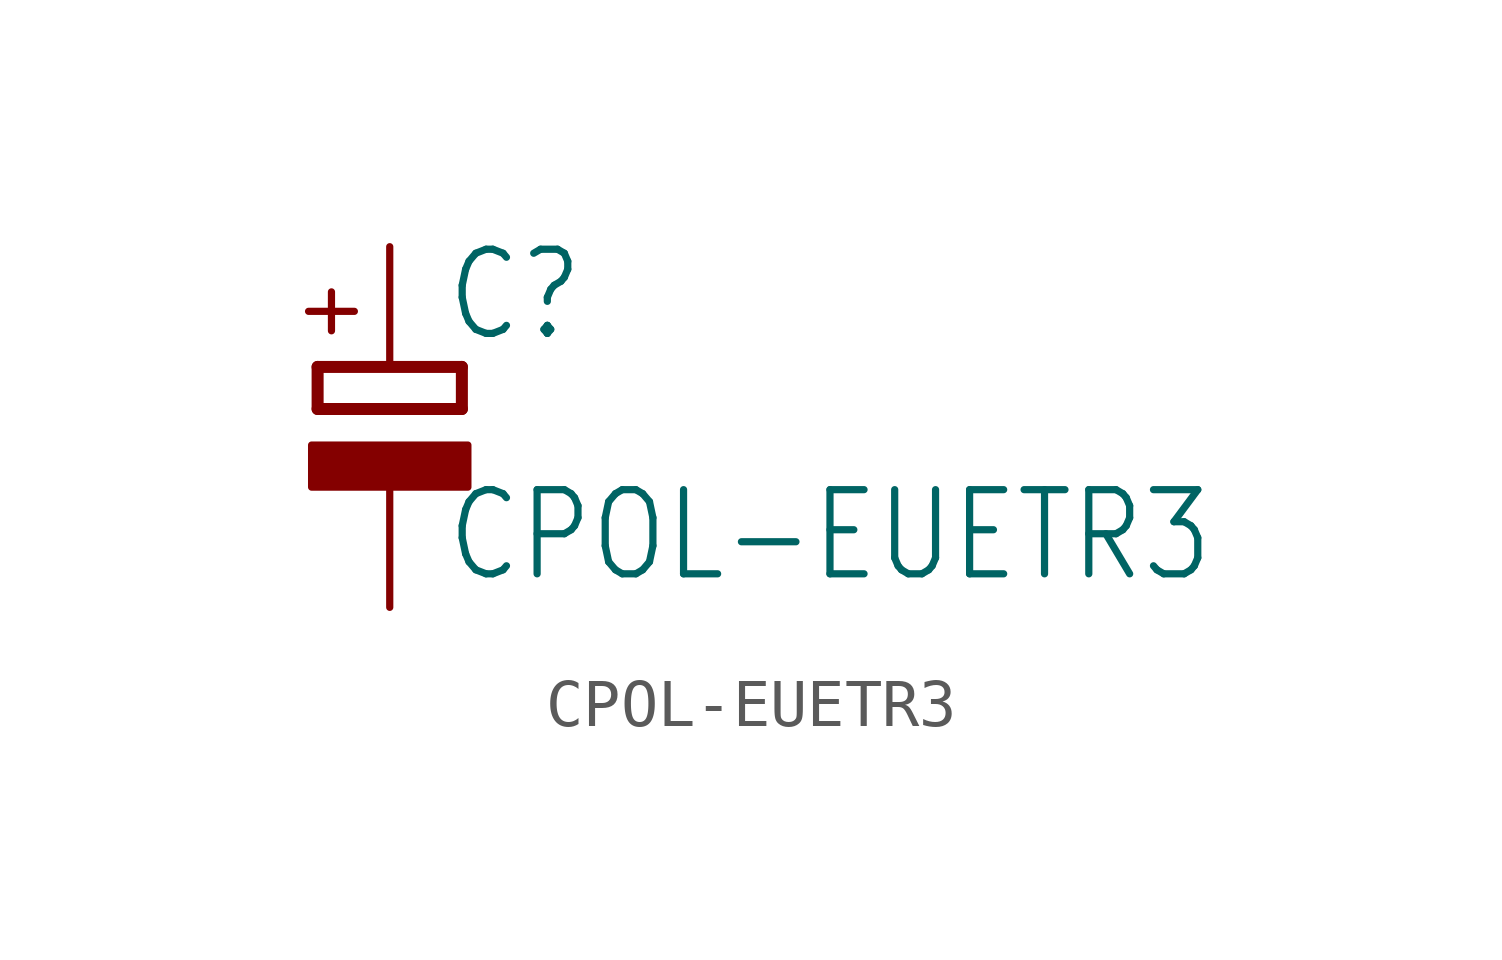
<source format=kicad_sym>
(kicad_symbol_lib
  (version 20211014)
  (generator kicad_symbol_editor)
  (symbol "CPOL-EUETR3"
    (property "Reference" "C"
      (at 1.143 0.483 0)
      (effects (font (size 1.778 1.511)) (justify left bottom)))
    (property "Value" "CPOL-EUETR3"
      (at 1.143 -4.597 0)
      (effects (font (size 1.778 1.511)) (justify left bottom)))
    (property "ki_locked" ""
      (at 0 0 0)
      (effects (font (size 1.27 1.27))))
    (symbol "CPOL-EUETR3_1_0"
      (rectangle (start -1.651 -2.54) (end 1.651 -1.651) (stroke (width 0) (type default) (color 0 0 0 0)) (fill (type outline)))
      (polyline (pts (xy -1.524 -0.889) (xy 1.524 -0.889)) (stroke (width 0.254) (type default) (color 0 0 0 0)) (fill (type none)))
      (polyline (pts (xy -1.524 0) (xy -1.524 -0.889)) (stroke (width 0.254) (type default) (color 0 0 0 0)) (fill (type none)))
      (polyline (pts (xy -1.524 0) (xy 1.524 0)) (stroke (width 0.254) (type default) (color 0 0 0 0)) (fill (type none)))
      (polyline (pts (xy 1.524 -0.889) (xy 1.524 0)) (stroke (width 0.254) (type default) (color 0 0 0 0)) (fill (type none)))
      (text "+" (at -0.584 0.406 900) (effects (font (size 1.27 1.079)) (justify left bottom)))
      (pin passive line (at 0 2.54 270) (length 2.54) (name "+" (effects (font (size 0 0)))) (number "+" (effects (font (size 0 0)))))
      (pin passive line (at 0 -5.08 90) (length 2.54) (name "-" (effects (font (size 0 0)))) (number "-" (effects (font (size 0 0))))))))
</source>
